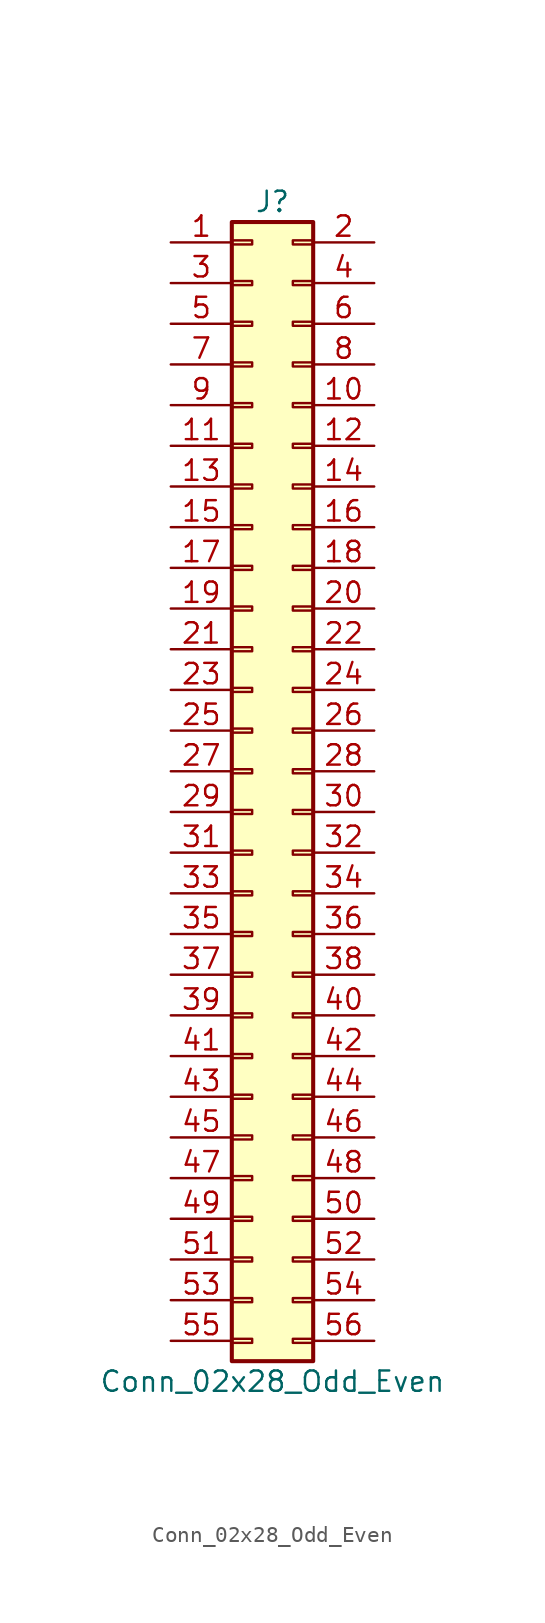
<source format=kicad_sym>
(kicad_symbol_lib
  (version 20201005)
  (generator kicad_symbol_editor)
  (symbol "Connector_Generic:Conn_02x28_Odd_Even"
    (pin_names
      (offset 1.016) hide)
    (property "Reference" "J"
      (at 1.27 35.56 0)
      (effects (font (size 1.27 1.27))))
    (property "Value" "Conn_02x28_Odd_Even"
      (at 1.27 -38.1 0)
      (effects (font (size 1.27 1.27))))
    (symbol "Conn_02x28_Odd_Even_1_1"
      (rectangle (start -1.27 -27.813) (end 0 -28.067) (stroke (width 0.152)) (fill (type none)))
      (rectangle (start -1.27 -30.353) (end 0 -30.607) (stroke (width 0.152)) (fill (type none)))
      (rectangle (start -1.27 -32.893) (end 0 -33.147) (stroke (width 0.152)) (fill (type none)))
      (rectangle (start -1.27 -35.433) (end 0 -35.687) (stroke (width 0.152)) (fill (type none)))
      (rectangle (start -1.27 -4.953) (end 0 -5.207) (stroke (width 0.152)) (fill (type none)))
      (rectangle (start -1.27 -7.493) (end 0 -7.747) (stroke (width 0.152)) (fill (type none)))
      (rectangle (start -1.27 -10.033) (end 0 -10.287) (stroke (width 0.152)) (fill (type none)))
      (rectangle (start -1.27 -12.573) (end 0 -12.827) (stroke (width 0.152)) (fill (type none)))
      (rectangle (start -1.27 -15.113) (end 0 -15.367) (stroke (width 0.152)) (fill (type none)))
      (rectangle (start -1.27 -17.653) (end 0 -17.907) (stroke (width 0.152)) (fill (type none)))
      (rectangle (start -1.27 -20.193) (end 0 -20.447) (stroke (width 0.152)) (fill (type none)))
      (rectangle (start -1.27 -22.733) (end 0 -22.987) (stroke (width 0.152)) (fill (type none)))
      (rectangle (start -1.27 -2.413) (end 0 -2.667) (stroke (width 0.152)) (fill (type none)))
      (rectangle (start -1.27 -25.273) (end 0 -25.527) (stroke (width 0.152)) (fill (type none)))
      (rectangle (start -1.27 25.527) (end 0 25.273) (stroke (width 0.152)) (fill (type none)))
      (rectangle (start -1.27 2.667) (end 0 2.413) (stroke (width 0.152)) (fill (type none)))
      (rectangle (start -1.27 28.067) (end 0 27.813) (stroke (width 0.152)) (fill (type none)))
      (rectangle (start -1.27 30.607) (end 0 30.353) (stroke (width 0.152)) (fill (type none)))
      (rectangle (start -1.27 33.147) (end 0 32.893) (stroke (width 0.152)) (fill (type none)))
      (rectangle (start -1.27 34.29) (end 3.81 -36.83) (stroke (width 0.254)) (fill (type background)))
      (rectangle (start -1.27 5.207) (end 0 4.953) (stroke (width 0.152)) (fill (type none)))
      (rectangle (start -1.27 7.747) (end 0 7.493) (stroke (width 0.152)) (fill (type none)))
      (rectangle (start -1.27 10.287) (end 0 10.033) (stroke (width 0.152)) (fill (type none)))
      (rectangle (start -1.27 0.127) (end 0 -0.127) (stroke (width 0.152)) (fill (type none)))
      (rectangle (start -1.27 12.827) (end 0 12.573) (stroke (width 0.152)) (fill (type none)))
      (rectangle (start -1.27 15.367) (end 0 15.113) (stroke (width 0.152)) (fill (type none)))
      (rectangle (start -1.27 17.907) (end 0 17.653) (stroke (width 0.152)) (fill (type none)))
      (rectangle (start -1.27 20.447) (end 0 20.193) (stroke (width 0.152)) (fill (type none)))
      (rectangle (start -1.27 22.987) (end 0 22.733) (stroke (width 0.152)) (fill (type none)))
      (rectangle (start 3.81 -27.813) (end 2.54 -28.067) (stroke (width 0.152)) (fill (type none)))
      (rectangle (start 3.81 -30.353) (end 2.54 -30.607) (stroke (width 0.152)) (fill (type none)))
      (rectangle (start 3.81 -32.893) (end 2.54 -33.147) (stroke (width 0.152)) (fill (type none)))
      (rectangle (start 3.81 -35.433) (end 2.54 -35.687) (stroke (width 0.152)) (fill (type none)))
      (rectangle (start 3.81 -4.953) (end 2.54 -5.207) (stroke (width 0.152)) (fill (type none)))
      (rectangle (start 3.81 -7.493) (end 2.54 -7.747) (stroke (width 0.152)) (fill (type none)))
      (rectangle (start 3.81 -10.033) (end 2.54 -10.287) (stroke (width 0.152)) (fill (type none)))
      (rectangle (start 3.81 -12.573) (end 2.54 -12.827) (stroke (width 0.152)) (fill (type none)))
      (rectangle (start 3.81 -15.113) (end 2.54 -15.367) (stroke (width 0.152)) (fill (type none)))
      (rectangle (start 3.81 -17.653) (end 2.54 -17.907) (stroke (width 0.152)) (fill (type none)))
      (rectangle (start 3.81 -20.193) (end 2.54 -20.447) (stroke (width 0.152)) (fill (type none)))
      (rectangle (start 3.81 -22.733) (end 2.54 -22.987) (stroke (width 0.152)) (fill (type none)))
      (rectangle (start 3.81 -2.413) (end 2.54 -2.667) (stroke (width 0.152)) (fill (type none)))
      (rectangle (start 3.81 -25.273) (end 2.54 -25.527) (stroke (width 0.152)) (fill (type none)))
      (rectangle (start 3.81 25.527) (end 2.54 25.273) (stroke (width 0.152)) (fill (type none)))
      (rectangle (start 3.81 2.667) (end 2.54 2.413) (stroke (width 0.152)) (fill (type none)))
      (rectangle (start 3.81 28.067) (end 2.54 27.813) (stroke (width 0.152)) (fill (type none)))
      (rectangle (start 3.81 30.607) (end 2.54 30.353) (stroke (width 0.152)) (fill (type none)))
      (rectangle (start 3.81 33.147) (end 2.54 32.893) (stroke (width 0.152)) (fill (type none)))
      (rectangle (start 3.81 5.207) (end 2.54 4.953) (stroke (width 0.152)) (fill (type none)))
      (rectangle (start 3.81 7.747) (end 2.54 7.493) (stroke (width 0.152)) (fill (type none)))
      (rectangle (start 3.81 10.287) (end 2.54 10.033) (stroke (width 0.152)) (fill (type none)))
      (rectangle (start 3.81 0.127) (end 2.54 -0.127) (stroke (width 0.152)) (fill (type none)))
      (rectangle (start 3.81 12.827) (end 2.54 12.573) (stroke (width 0.152)) (fill (type none)))
      (rectangle (start 3.81 15.367) (end 2.54 15.113) (stroke (width 0.152)) (fill (type none)))
      (rectangle (start 3.81 17.907) (end 2.54 17.653) (stroke (width 0.152)) (fill (type none)))
      (rectangle (start 3.81 20.447) (end 2.54 20.193) (stroke (width 0.152)) (fill (type none)))
      (rectangle (start 3.81 22.987) (end 2.54 22.733) (stroke (width 0.152)) (fill (type none)))
      (pin passive line (at -5.08 33.02 0) (length 3.81) (name "Pin_1" (effects (font (size 1.27 1.27)))) (number "1" (effects (font (size 1.27 1.27)))))
      (pin passive line (at 7.62 22.86 180) (length 3.81) (name "Pin_10" (effects (font (size 1.27 1.27)))) (number "10" (effects (font (size 1.27 1.27)))))
      (pin passive line (at -5.08 20.32 0) (length 3.81) (name "Pin_11" (effects (font (size 1.27 1.27)))) (number "11" (effects (font (size 1.27 1.27)))))
      (pin passive line (at 7.62 20.32 180) (length 3.81) (name "Pin_12" (effects (font (size 1.27 1.27)))) (number "12" (effects (font (size 1.27 1.27)))))
      (pin passive line (at -5.08 17.78 0) (length 3.81) (name "Pin_13" (effects (font (size 1.27 1.27)))) (number "13" (effects (font (size 1.27 1.27)))))
      (pin passive line (at 7.62 17.78 180) (length 3.81) (name "Pin_14" (effects (font (size 1.27 1.27)))) (number "14" (effects (font (size 1.27 1.27)))))
      (pin passive line (at -5.08 15.24 0) (length 3.81) (name "Pin_15" (effects (font (size 1.27 1.27)))) (number "15" (effects (font (size 1.27 1.27)))))
      (pin passive line (at 7.62 15.24 180) (length 3.81) (name "Pin_16" (effects (font (size 1.27 1.27)))) (number "16" (effects (font (size 1.27 1.27)))))
      (pin passive line (at -5.08 12.7 0) (length 3.81) (name "Pin_17" (effects (font (size 1.27 1.27)))) (number "17" (effects (font (size 1.27 1.27)))))
      (pin passive line (at 7.62 12.7 180) (length 3.81) (name "Pin_18" (effects (font (size 1.27 1.27)))) (number "18" (effects (font (size 1.27 1.27)))))
      (pin passive line (at -5.08 10.16 0) (length 3.81) (name "Pin_19" (effects (font (size 1.27 1.27)))) (number "19" (effects (font (size 1.27 1.27)))))
      (pin passive line (at 7.62 33.02 180) (length 3.81) (name "Pin_2" (effects (font (size 1.27 1.27)))) (number "2" (effects (font (size 1.27 1.27)))))
      (pin passive line (at 7.62 10.16 180) (length 3.81) (name "Pin_20" (effects (font (size 1.27 1.27)))) (number "20" (effects (font (size 1.27 1.27)))))
      (pin passive line (at -5.08 7.62 0) (length 3.81) (name "Pin_21" (effects (font (size 1.27 1.27)))) (number "21" (effects (font (size 1.27 1.27)))))
      (pin passive line (at 7.62 7.62 180) (length 3.81) (name "Pin_22" (effects (font (size 1.27 1.27)))) (number "22" (effects (font (size 1.27 1.27)))))
      (pin passive line (at -5.08 5.08 0) (length 3.81) (name "Pin_23" (effects (font (size 1.27 1.27)))) (number "23" (effects (font (size 1.27 1.27)))))
      (pin passive line (at 7.62 5.08 180) (length 3.81) (name "Pin_24" (effects (font (size 1.27 1.27)))) (number "24" (effects (font (size 1.27 1.27)))))
      (pin passive line (at -5.08 2.54 0) (length 3.81) (name "Pin_25" (effects (font (size 1.27 1.27)))) (number "25" (effects (font (size 1.27 1.27)))))
      (pin passive line (at 7.62 2.54 180) (length 3.81) (name "Pin_26" (effects (font (size 1.27 1.27)))) (number "26" (effects (font (size 1.27 1.27)))))
      (pin passive line (at -5.08 0 0) (length 3.81) (name "Pin_27" (effects (font (size 1.27 1.27)))) (number "27" (effects (font (size 1.27 1.27)))))
      (pin passive line (at 7.62 0 180) (length 3.81) (name "Pin_28" (effects (font (size 1.27 1.27)))) (number "28" (effects (font (size 1.27 1.27)))))
      (pin passive line (at -5.08 -2.54 0) (length 3.81) (name "Pin_29" (effects (font (size 1.27 1.27)))) (number "29" (effects (font (size 1.27 1.27)))))
      (pin passive line (at -5.08 30.48 0) (length 3.81) (name "Pin_3" (effects (font (size 1.27 1.27)))) (number "3" (effects (font (size 1.27 1.27)))))
      (pin passive line (at 7.62 -2.54 180) (length 3.81) (name "Pin_30" (effects (font (size 1.27 1.27)))) (number "30" (effects (font (size 1.27 1.27)))))
      (pin passive line (at -5.08 -5.08 0) (length 3.81) (name "Pin_31" (effects (font (size 1.27 1.27)))) (number "31" (effects (font (size 1.27 1.27)))))
      (pin passive line (at 7.62 -5.08 180) (length 3.81) (name "Pin_32" (effects (font (size 1.27 1.27)))) (number "32" (effects (font (size 1.27 1.27)))))
      (pin passive line (at -5.08 -7.62 0) (length 3.81) (name "Pin_33" (effects (font (size 1.27 1.27)))) (number "33" (effects (font (size 1.27 1.27)))))
      (pin passive line (at 7.62 -7.62 180) (length 3.81) (name "Pin_34" (effects (font (size 1.27 1.27)))) (number "34" (effects (font (size 1.27 1.27)))))
      (pin passive line (at -5.08 -10.16 0) (length 3.81) (name "Pin_35" (effects (font (size 1.27 1.27)))) (number "35" (effects (font (size 1.27 1.27)))))
      (pin passive line (at 7.62 -10.16 180) (length 3.81) (name "Pin_36" (effects (font (size 1.27 1.27)))) (number "36" (effects (font (size 1.27 1.27)))))
      (pin passive line (at -5.08 -12.7 0) (length 3.81) (name "Pin_37" (effects (font (size 1.27 1.27)))) (number "37" (effects (font (size 1.27 1.27)))))
      (pin passive line (at 7.62 -12.7 180) (length 3.81) (name "Pin_38" (effects (font (size 1.27 1.27)))) (number "38" (effects (font (size 1.27 1.27)))))
      (pin passive line (at -5.08 -15.24 0) (length 3.81) (name "Pin_39" (effects (font (size 1.27 1.27)))) (number "39" (effects (font (size 1.27 1.27)))))
      (pin passive line (at 7.62 30.48 180) (length 3.81) (name "Pin_4" (effects (font (size 1.27 1.27)))) (number "4" (effects (font (size 1.27 1.27)))))
      (pin passive line (at 7.62 -15.24 180) (length 3.81) (name "Pin_40" (effects (font (size 1.27 1.27)))) (number "40" (effects (font (size 1.27 1.27)))))
      (pin passive line (at -5.08 -17.78 0) (length 3.81) (name "Pin_41" (effects (font (size 1.27 1.27)))) (number "41" (effects (font (size 1.27 1.27)))))
      (pin passive line (at 7.62 -17.78 180) (length 3.81) (name "Pin_42" (effects (font (size 1.27 1.27)))) (number "42" (effects (font (size 1.27 1.27)))))
      (pin passive line (at -5.08 -20.32 0) (length 3.81) (name "Pin_43" (effects (font (size 1.27 1.27)))) (number "43" (effects (font (size 1.27 1.27)))))
      (pin passive line (at 7.62 -20.32 180) (length 3.81) (name "Pin_44" (effects (font (size 1.27 1.27)))) (number "44" (effects (font (size 1.27 1.27)))))
      (pin passive line (at -5.08 -22.86 0) (length 3.81) (name "Pin_45" (effects (font (size 1.27 1.27)))) (number "45" (effects (font (size 1.27 1.27)))))
      (pin passive line (at 7.62 -22.86 180) (length 3.81) (name "Pin_46" (effects (font (size 1.27 1.27)))) (number "46" (effects (font (size 1.27 1.27)))))
      (pin passive line (at -5.08 -25.4 0) (length 3.81) (name "Pin_47" (effects (font (size 1.27 1.27)))) (number "47" (effects (font (size 1.27 1.27)))))
      (pin passive line (at 7.62 -25.4 180) (length 3.81) (name "Pin_48" (effects (font (size 1.27 1.27)))) (number "48" (effects (font (size 1.27 1.27)))))
      (pin passive line (at -5.08 -27.94 0) (length 3.81) (name "Pin_49" (effects (font (size 1.27 1.27)))) (number "49" (effects (font (size 1.27 1.27)))))
      (pin passive line (at -5.08 27.94 0) (length 3.81) (name "Pin_5" (effects (font (size 1.27 1.27)))) (number "5" (effects (font (size 1.27 1.27)))))
      (pin passive line (at 7.62 -27.94 180) (length 3.81) (name "Pin_50" (effects (font (size 1.27 1.27)))) (number "50" (effects (font (size 1.27 1.27)))))
      (pin passive line (at -5.08 -30.48 0) (length 3.81) (name "Pin_51" (effects (font (size 1.27 1.27)))) (number "51" (effects (font (size 1.27 1.27)))))
      (pin passive line (at 7.62 -30.48 180) (length 3.81) (name "Pin_52" (effects (font (size 1.27 1.27)))) (number "52" (effects (font (size 1.27 1.27)))))
      (pin passive line (at -5.08 -33.02 0) (length 3.81) (name "Pin_53" (effects (font (size 1.27 1.27)))) (number "53" (effects (font (size 1.27 1.27)))))
      (pin passive line (at 7.62 -33.02 180) (length 3.81) (name "Pin_54" (effects (font (size 1.27 1.27)))) (number "54" (effects (font (size 1.27 1.27)))))
      (pin passive line (at -5.08 -35.56 0) (length 3.81) (name "Pin_55" (effects (font (size 1.27 1.27)))) (number "55" (effects (font (size 1.27 1.27)))))
      (pin passive line (at 7.62 -35.56 180) (length 3.81) (name "Pin_56" (effects (font (size 1.27 1.27)))) (number "56" (effects (font (size 1.27 1.27)))))
      (pin passive line (at 7.62 27.94 180) (length 3.81) (name "Pin_6" (effects (font (size 1.27 1.27)))) (number "6" (effects (font (size 1.27 1.27)))))
      (pin passive line (at -5.08 25.4 0) (length 3.81) (name "Pin_7" (effects (font (size 1.27 1.27)))) (number "7" (effects (font (size 1.27 1.27)))))
      (pin passive line (at 7.62 25.4 180) (length 3.81) (name "Pin_8" (effects (font (size 1.27 1.27)))) (number "8" (effects (font (size 1.27 1.27)))))
      (pin passive line (at -5.08 22.86 0) (length 3.81) (name "Pin_9" (effects (font (size 1.27 1.27)))) (number "9" (effects (font (size 1.27 1.27))))))))
</source>
